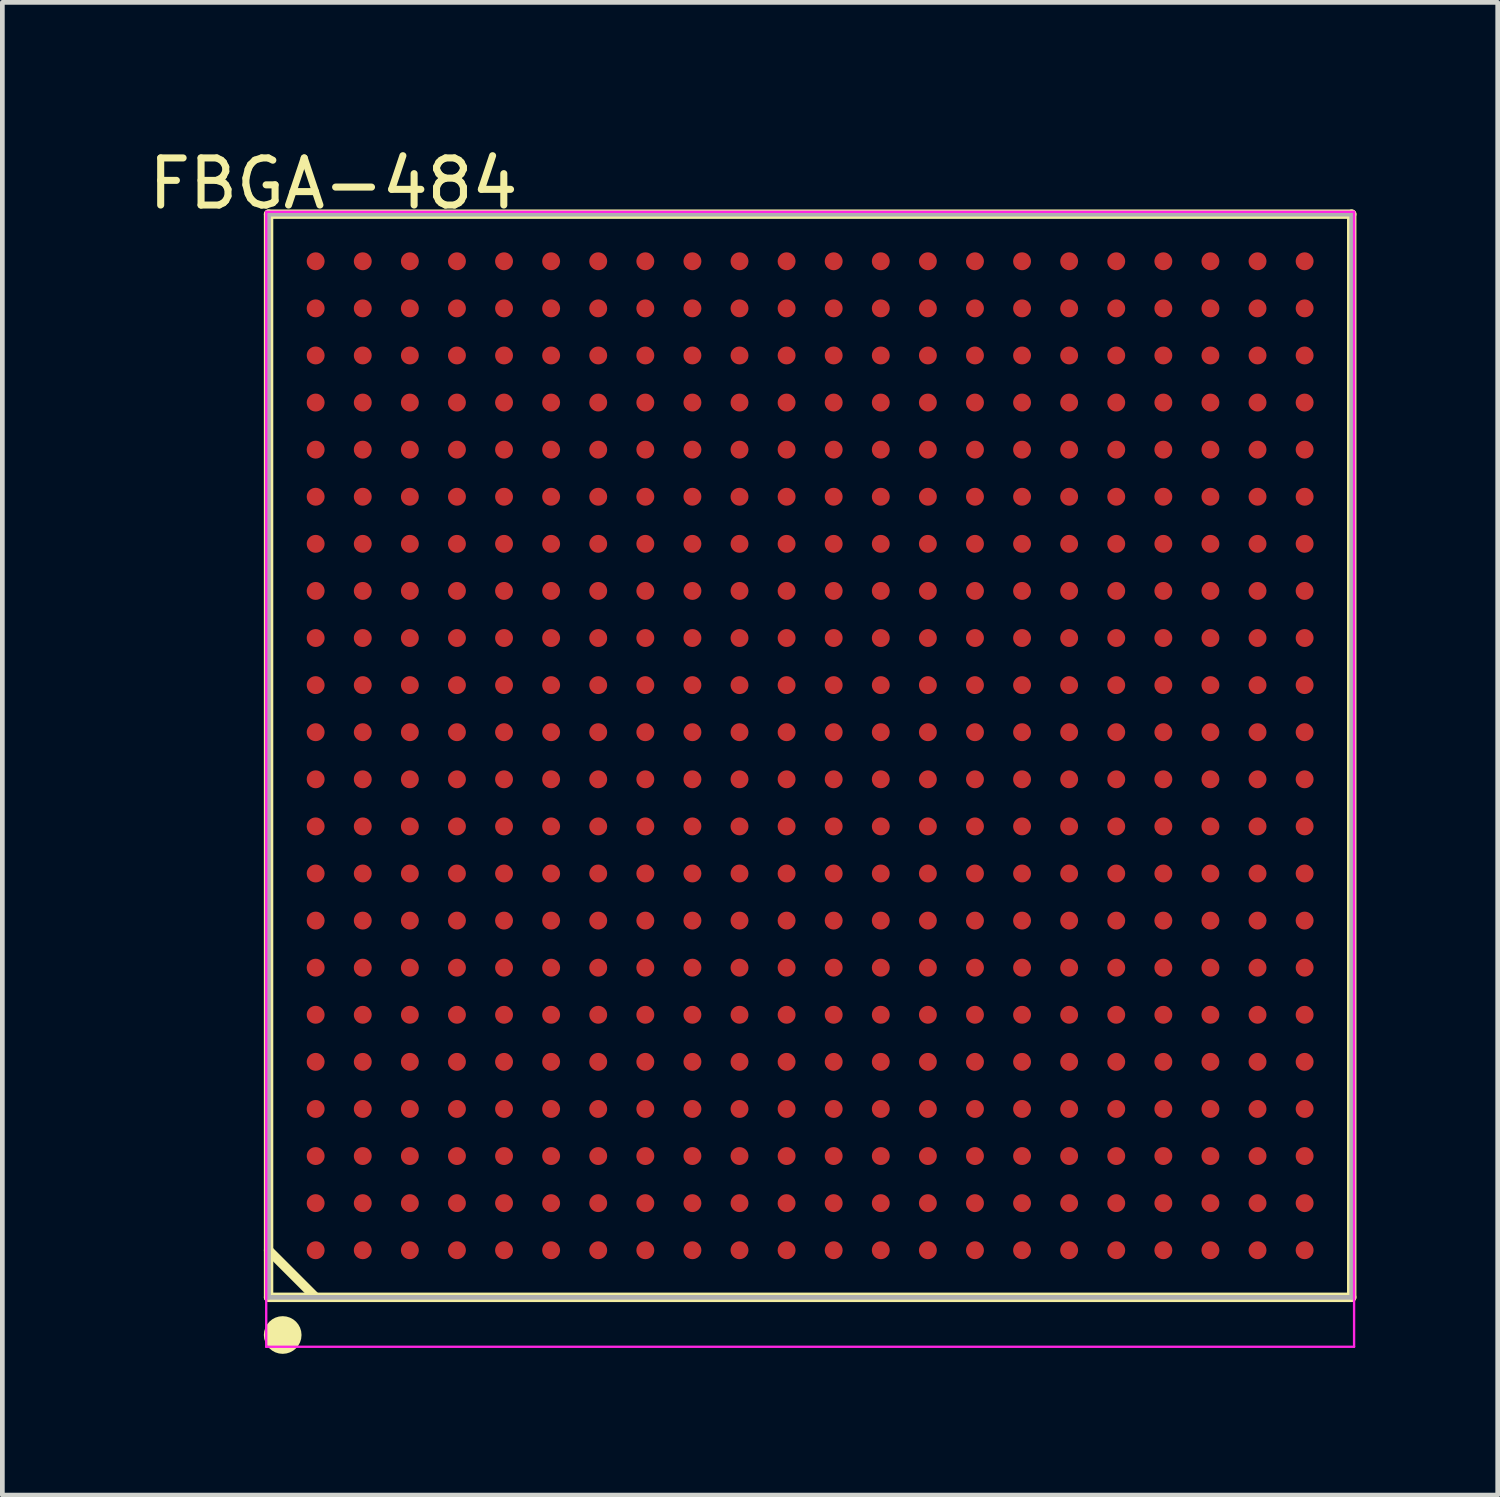
<source format=kicad_pcb>
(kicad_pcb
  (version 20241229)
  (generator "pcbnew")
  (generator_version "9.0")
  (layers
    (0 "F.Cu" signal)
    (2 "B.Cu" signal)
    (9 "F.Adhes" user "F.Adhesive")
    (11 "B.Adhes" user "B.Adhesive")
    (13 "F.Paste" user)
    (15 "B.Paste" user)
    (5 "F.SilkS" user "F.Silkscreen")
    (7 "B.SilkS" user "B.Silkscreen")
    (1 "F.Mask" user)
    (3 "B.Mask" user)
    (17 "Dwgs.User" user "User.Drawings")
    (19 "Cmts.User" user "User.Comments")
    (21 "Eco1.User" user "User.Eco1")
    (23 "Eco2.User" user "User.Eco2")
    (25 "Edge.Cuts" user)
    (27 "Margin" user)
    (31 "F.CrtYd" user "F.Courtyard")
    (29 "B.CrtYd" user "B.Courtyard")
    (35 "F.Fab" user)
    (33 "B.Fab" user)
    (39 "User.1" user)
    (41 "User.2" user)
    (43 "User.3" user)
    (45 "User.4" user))
  (footprint "FBGA-484"
    (layer "F.Cu")
    (at 14.153 12.998)
    (property "Reference" "FBGA-484" (at -10.124 -12.149 0) (layer "F.SilkS") (effects (font (size 1 1) (thickness 0.15))))
    (attr through_hole)
    (fp_line (start -11.5 -11.5) (end 11.5 -11.5) (stroke (width 0.2) (type solid)) (layer "F.SilkS"))
    (fp_line (start -11.5 10.5) (end -10.5 11.5) (stroke (width 0.2) (type solid)) (layer "F.SilkS"))
    (fp_line (start -11.5 11.5) (end -11.5 -11.5) (stroke (width 0.2) (type solid)) (layer "F.SilkS"))
    (fp_line (start -11.5 11.5) (end 11.5 11.5) (stroke (width 0.2) (type solid)) (layer "F.SilkS"))
    (fp_line (start 11.5 11.5) (end 11.5 -11.5) (stroke (width 0.2) (type solid)) (layer "F.SilkS"))
    (fp_circle (center -11.2 12.3) (end -11 12.3) (stroke (width 0.4) (type solid)) (fill no) (layer "F.SilkS"))
    (fp_line (start -11.55 -11.55) (end 11.55 -11.55) (stroke (width 0.05) (type solid)) (layer "F.CrtYd"))
    (fp_line (start -11.55 12.55) (end -11.55 -11.55) (stroke (width 0.05) (type solid)) (layer "F.CrtYd"))
    (fp_line (start 11.55 -11.55) (end 11.55 12.55) (stroke (width 0.05) (type solid)) (layer "F.CrtYd"))
    (fp_line (start 11.55 12.55) (end -11.55 12.55) (stroke (width 0.05) (type solid)) (layer "F.CrtYd"))
    (fp_line (start -11.5 -11.5) (end 11.5 -11.5) (stroke (width 0.1) (type solid)) (layer "F.Fab"))
    (fp_line (start -11.5 11.5) (end -11.5 -11.5) (stroke (width 0.1) (type solid)) (layer "F.Fab"))
    (fp_line (start -11.5 11.5) (end 11.5 11.5) (stroke (width 0.1) (type solid)) (layer "F.Fab"))
    (fp_line (start 11.5 11.5) (end 11.5 -11.5) (stroke (width 0.1) (type solid)) (layer "F.Fab"))
    (pad "A1" smd oval (at -10.5 10.5 90) (size 0.38 0.38) (layers "F.Cu" "F.Mask" "F.Paste"))
    (pad "A2" smd oval (at -10.5 9.5 90) (size 0.38 0.38) (layers "F.Cu" "F.Mask" "F.Paste"))
    (pad "A3" smd oval (at -10.5 8.5 90) (size 0.38 0.38) (layers "F.Cu" "F.Mask" "F.Paste"))
    (pad "A4" smd oval (at -10.5 7.5 90) (size 0.38 0.38) (layers "F.Cu" "F.Mask" "F.Paste"))
    (pad "A5" smd oval (at -10.5 6.5 90) (size 0.38 0.38) (layers "F.Cu" "F.Mask" "F.Paste"))
    (pad "A6" smd oval (at -10.5 5.5 90) (size 0.38 0.38) (layers "F.Cu" "F.Mask" "F.Paste"))
    (pad "A7" smd oval (at -10.5 4.5 90) (size 0.38 0.38) (layers "F.Cu" "F.Mask" "F.Paste"))
    (pad "A8" smd oval (at -10.5 3.5 90) (size 0.38 0.38) (layers "F.Cu" "F.Mask" "F.Paste"))
    (pad "A9" smd oval (at -10.5 2.5 90) (size 0.38 0.38) (layers "F.Cu" "F.Mask" "F.Paste"))
    (pad "A10" smd oval (at -10.5 1.5 90) (size 0.38 0.38) (layers "F.Cu" "F.Mask" "F.Paste"))
    (pad "A11" smd oval (at -10.5 0.5 90) (size 0.38 0.38) (layers "F.Cu" "F.Mask" "F.Paste"))
    (pad "A12" smd oval (at -10.5 -0.5 90) (size 0.38 0.38) (layers "F.Cu" "F.Mask" "F.Paste"))
    (pad "A13" smd oval (at -10.5 -1.5 90) (size 0.38 0.38) (layers "F.Cu" "F.Mask" "F.Paste"))
    (pad "A14" smd oval (at -10.5 -2.5 90) (size 0.38 0.38) (layers "F.Cu" "F.Mask" "F.Paste"))
    (pad "A15" smd oval (at -10.5 -3.5 90) (size 0.38 0.38) (layers "F.Cu" "F.Mask" "F.Paste"))
    (pad "A16" smd oval (at -10.5 -4.5 90) (size 0.38 0.38) (layers "F.Cu" "F.Mask" "F.Paste"))
    (pad "A17" smd oval (at -10.5 -5.5 90) (size 0.38 0.38) (layers "F.Cu" "F.Mask" "F.Paste"))
    (pad "A18" smd oval (at -10.5 -6.5 90) (size 0.38 0.38) (layers "F.Cu" "F.Mask" "F.Paste"))
    (pad "A19" smd oval (at -10.5 -7.5 90) (size 0.38 0.38) (layers "F.Cu" "F.Mask" "F.Paste"))
    (pad "A20" smd oval (at -10.5 -8.5 90) (size 0.38 0.38) (layers "F.Cu" "F.Mask" "F.Paste"))
    (pad "A21" smd oval (at -10.5 -9.5 90) (size 0.38 0.38) (layers "F.Cu" "F.Mask" "F.Paste"))
    (pad "A22" smd oval (at -10.5 -10.5 90) (size 0.38 0.38) (layers "F.Cu" "F.Mask" "F.Paste"))
    (pad "AA1" smd oval (at 9.5 10.5 90) (size 0.38 0.38) (layers "F.Cu" "F.Mask" "F.Paste"))
    (pad "AA2" smd oval (at 9.5 9.5 90) (size 0.38 0.38) (layers "F.Cu" "F.Mask" "F.Paste"))
    (pad "AA3" smd oval (at 9.5 8.5 90) (size 0.38 0.38) (layers "F.Cu" "F.Mask" "F.Paste"))
    (pad "AA4" smd oval (at 9.5 7.5 90) (size 0.38 0.38) (layers "F.Cu" "F.Mask" "F.Paste"))
    (pad "AA5" smd oval (at 9.5 6.5 90) (size 0.38 0.38) (layers "F.Cu" "F.Mask" "F.Paste"))
    (pad "AA6" smd oval (at 9.5 5.5 90) (size 0.38 0.38) (layers "F.Cu" "F.Mask" "F.Paste"))
    (pad "AA7" smd oval (at 9.5 4.5 90) (size 0.38 0.38) (layers "F.Cu" "F.Mask" "F.Paste"))
    (pad "AA8" smd oval (at 9.5 3.5 90) (size 0.38 0.38) (layers "F.Cu" "F.Mask" "F.Paste"))
    (pad "AA9" smd oval (at 9.5 2.5 90) (size 0.38 0.38) (layers "F.Cu" "F.Mask" "F.Paste"))
    (pad "AA10" smd oval (at 9.5 1.5 90) (size 0.38 0.38) (layers "F.Cu" "F.Mask" "F.Paste"))
    (pad "AA11" smd oval (at 9.5 0.5 90) (size 0.38 0.38) (layers "F.Cu" "F.Mask" "F.Paste"))
    (pad "AA12" smd oval (at 9.5 -0.5 90) (size 0.38 0.38) (layers "F.Cu" "F.Mask" "F.Paste"))
    (pad "AA13" smd oval (at 9.5 -1.5 90) (size 0.38 0.38) (layers "F.Cu" "F.Mask" "F.Paste"))
    (pad "AA14" smd oval (at 9.5 -2.5 90) (size 0.38 0.38) (layers "F.Cu" "F.Mask" "F.Paste"))
    (pad "AA15" smd oval (at 9.5 -3.5 90) (size 0.38 0.38) (layers "F.Cu" "F.Mask" "F.Paste"))
    (pad "AA16" smd oval (at 9.5 -4.5 90) (size 0.38 0.38) (layers "F.Cu" "F.Mask" "F.Paste"))
    (pad "AA17" smd oval (at 9.5 -5.5 90) (size 0.38 0.38) (layers "F.Cu" "F.Mask" "F.Paste"))
    (pad "AA18" smd oval (at 9.5 -6.5 90) (size 0.38 0.38) (layers "F.Cu" "F.Mask" "F.Paste"))
    (pad "AA19" smd oval (at 9.5 -7.5 90) (size 0.38 0.38) (layers "F.Cu" "F.Mask" "F.Paste"))
    (pad "AA20" smd oval (at 9.5 -8.5 90) (size 0.38 0.38) (layers "F.Cu" "F.Mask" "F.Paste"))
    (pad "AA21" smd oval (at 9.5 -9.5 90) (size 0.38 0.38) (layers "F.Cu" "F.Mask" "F.Paste"))
    (pad "AA22" smd oval (at 9.5 -10.5 90) (size 0.38 0.38) (layers "F.Cu" "F.Mask" "F.Paste"))
    (pad "AB1" smd oval (at 10.5 10.5 90) (size 0.38 0.38) (layers "F.Cu" "F.Mask" "F.Paste"))
    (pad "AB2" smd oval (at 10.5 9.5 90) (size 0.38 0.38) (layers "F.Cu" "F.Mask" "F.Paste"))
    (pad "AB3" smd oval (at 10.5 8.5 90) (size 0.38 0.38) (layers "F.Cu" "F.Mask" "F.Paste"))
    (pad "AB4" smd oval (at 10.5 7.5 90) (size 0.38 0.38) (layers "F.Cu" "F.Mask" "F.Paste"))
    (pad "AB5" smd oval (at 10.5 6.5 90) (size 0.38 0.38) (layers "F.Cu" "F.Mask" "F.Paste"))
    (pad "AB6" smd oval (at 10.5 5.5 90) (size 0.38 0.38) (layers "F.Cu" "F.Mask" "F.Paste"))
    (pad "AB7" smd oval (at 10.5 4.5 90) (size 0.38 0.38) (layers "F.Cu" "F.Mask" "F.Paste"))
    (pad "AB8" smd oval (at 10.5 3.5 90) (size 0.38 0.38) (layers "F.Cu" "F.Mask" "F.Paste"))
    (pad "AB9" smd oval (at 10.5 2.5 90) (size 0.38 0.38) (layers "F.Cu" "F.Mask" "F.Paste"))
    (pad "AB10" smd oval (at 10.5 1.5 90) (size 0.38 0.38) (layers "F.Cu" "F.Mask" "F.Paste"))
    (pad "AB11" smd oval (at 10.5 0.5 90) (size 0.38 0.38) (layers "F.Cu" "F.Mask" "F.Paste"))
    (pad "AB12" smd oval (at 10.5 -0.5 90) (size 0.38 0.38) (layers "F.Cu" "F.Mask" "F.Paste"))
    (pad "AB13" smd oval (at 10.5 -1.5 90) (size 0.38 0.38) (layers "F.Cu" "F.Mask" "F.Paste"))
    (pad "AB14" smd oval (at 10.5 -2.5 90) (size 0.38 0.38) (layers "F.Cu" "F.Mask" "F.Paste"))
    (pad "AB15" smd oval (at 10.5 -3.5 90) (size 0.38 0.38) (layers "F.Cu" "F.Mask" "F.Paste"))
    (pad "AB16" smd oval (at 10.5 -4.5 90) (size 0.38 0.38) (layers "F.Cu" "F.Mask" "F.Paste"))
    (pad "AB17" smd oval (at 10.5 -5.5 90) (size 0.38 0.38) (layers "F.Cu" "F.Mask" "F.Paste"))
    (pad "AB18" smd oval (at 10.5 -6.5 90) (size 0.38 0.38) (layers "F.Cu" "F.Mask" "F.Paste"))
    (pad "AB19" smd oval (at 10.5 -7.5 90) (size 0.38 0.38) (layers "F.Cu" "F.Mask" "F.Paste"))
    (pad "AB20" smd oval (at 10.5 -8.5 90) (size 0.38 0.38) (layers "F.Cu" "F.Mask" "F.Paste"))
    (pad "AB21" smd oval (at 10.5 -9.5 90) (size 0.38 0.38) (layers "F.Cu" "F.Mask" "F.Paste"))
    (pad "AB22" smd oval (at 10.5 -10.5 90) (size 0.38 0.38) (layers "F.Cu" "F.Mask" "F.Paste"))
    (pad "B1" smd oval (at -9.5 10.5 90) (size 0.38 0.38) (layers "F.Cu" "F.Mask" "F.Paste"))
    (pad "B2" smd oval (at -9.5 9.5 90) (size 0.38 0.38) (layers "F.Cu" "F.Mask" "F.Paste"))
    (pad "B3" smd oval (at -9.5 8.5 90) (size 0.38 0.38) (layers "F.Cu" "F.Mask" "F.Paste"))
    (pad "B4" smd oval (at -9.5 7.5 90) (size 0.38 0.38) (layers "F.Cu" "F.Mask" "F.Paste"))
    (pad "B5" smd oval (at -9.5 6.5 90) (size 0.38 0.38) (layers "F.Cu" "F.Mask" "F.Paste"))
    (pad "B6" smd oval (at -9.5 5.5 90) (size 0.38 0.38) (layers "F.Cu" "F.Mask" "F.Paste"))
    (pad "B7" smd oval (at -9.5 4.5 90) (size 0.38 0.38) (layers "F.Cu" "F.Mask" "F.Paste"))
    (pad "B8" smd oval (at -9.5 3.5 90) (size 0.38 0.38) (layers "F.Cu" "F.Mask" "F.Paste"))
    (pad "B9" smd oval (at -9.5 2.5 90) (size 0.38 0.38) (layers "F.Cu" "F.Mask" "F.Paste"))
    (pad "B10" smd oval (at -9.5 1.5 90) (size 0.38 0.38) (layers "F.Cu" "F.Mask" "F.Paste"))
    (pad "B11" smd oval (at -9.5 0.5 90) (size 0.38 0.38) (layers "F.Cu" "F.Mask" "F.Paste"))
    (pad "B12" smd oval (at -9.5 -0.5 90) (size 0.38 0.38) (layers "F.Cu" "F.Mask" "F.Paste"))
    (pad "B13" smd oval (at -9.5 -1.5 90) (size 0.38 0.38) (layers "F.Cu" "F.Mask" "F.Paste"))
    (pad "B14" smd oval (at -9.5 -2.5 90) (size 0.38 0.38) (layers "F.Cu" "F.Mask" "F.Paste"))
    (pad "B15" smd oval (at -9.5 -3.5 90) (size 0.38 0.38) (layers "F.Cu" "F.Mask" "F.Paste"))
    (pad "B16" smd oval (at -9.5 -4.5 90) (size 0.38 0.38) (layers "F.Cu" "F.Mask" "F.Paste"))
    (pad "B17" smd oval (at -9.5 -5.5 90) (size 0.38 0.38) (layers "F.Cu" "F.Mask" "F.Paste"))
    (pad "B18" smd oval (at -9.5 -6.5 90) (size 0.38 0.38) (layers "F.Cu" "F.Mask" "F.Paste"))
    (pad "B19" smd oval (at -9.5 -7.5 90) (size 0.38 0.38) (layers "F.Cu" "F.Mask" "F.Paste"))
    (pad "B20" smd oval (at -9.5 -8.5 90) (size 0.38 0.38) (layers "F.Cu" "F.Mask" "F.Paste"))
    (pad "B21" smd oval (at -9.5 -9.5 90) (size 0.38 0.38) (layers "F.Cu" "F.Mask" "F.Paste"))
    (pad "B22" smd oval (at -9.5 -10.5 90) (size 0.38 0.38) (layers "F.Cu" "F.Mask" "F.Paste"))
    (pad "C1" smd oval (at -8.5 10.5 90) (size 0.38 0.38) (layers "F.Cu" "F.Mask" "F.Paste"))
    (pad "C2" smd oval (at -8.5 9.5 90) (size 0.38 0.38) (layers "F.Cu" "F.Mask" "F.Paste"))
    (pad "C3" smd oval (at -8.5 8.5 90) (size 0.38 0.38) (layers "F.Cu" "F.Mask" "F.Paste"))
    (pad "C4" smd oval (at -8.5 7.5 90) (size 0.38 0.38) (layers "F.Cu" "F.Mask" "F.Paste"))
    (pad "C5" smd oval (at -8.5 6.5 90) (size 0.38 0.38) (layers "F.Cu" "F.Mask" "F.Paste"))
    (pad "C6" smd oval (at -8.5 5.5 90) (size 0.38 0.38) (layers "F.Cu" "F.Mask" "F.Paste"))
    (pad "C7" smd oval (at -8.5 4.5 90) (size 0.38 0.38) (layers "F.Cu" "F.Mask" "F.Paste"))
    (pad "C8" smd oval (at -8.5 3.5 90) (size 0.38 0.38) (layers "F.Cu" "F.Mask" "F.Paste"))
    (pad "C9" smd oval (at -8.5 2.5 90) (size 0.38 0.38) (layers "F.Cu" "F.Mask" "F.Paste"))
    (pad "C10" smd oval (at -8.5 1.5 90) (size 0.38 0.38) (layers "F.Cu" "F.Mask" "F.Paste"))
    (pad "C11" smd oval (at -8.5 0.5 90) (size 0.38 0.38) (layers "F.Cu" "F.Mask" "F.Paste"))
    (pad "C12" smd oval (at -8.5 -0.5 90) (size 0.38 0.38) (layers "F.Cu" "F.Mask" "F.Paste"))
    (pad "C13" smd oval (at -8.5 -1.5 90) (size 0.38 0.38) (layers "F.Cu" "F.Mask" "F.Paste"))
    (pad "C14" smd oval (at -8.5 -2.5 90) (size 0.38 0.38) (layers "F.Cu" "F.Mask" "F.Paste"))
    (pad "C15" smd oval (at -8.5 -3.5 90) (size 0.38 0.38) (layers "F.Cu" "F.Mask" "F.Paste"))
    (pad "C16" smd oval (at -8.5 -4.5 90) (size 0.38 0.38) (layers "F.Cu" "F.Mask" "F.Paste"))
    (pad "C17" smd oval (at -8.5 -5.5 90) (size 0.38 0.38) (layers "F.Cu" "F.Mask" "F.Paste"))
    (pad "C18" smd oval (at -8.5 -6.5 90) (size 0.38 0.38) (layers "F.Cu" "F.Mask" "F.Paste"))
    (pad "C19" smd oval (at -8.5 -7.5 90) (size 0.38 0.38) (layers "F.Cu" "F.Mask" "F.Paste"))
    (pad "C20" smd oval (at -8.5 -8.5 90) (size 0.38 0.38) (layers "F.Cu" "F.Mask" "F.Paste"))
    (pad "C21" smd oval (at -8.5 -9.5 90) (size 0.38 0.38) (layers "F.Cu" "F.Mask" "F.Paste"))
    (pad "C22" smd oval (at -8.5 -10.5 90) (size 0.38 0.38) (layers "F.Cu" "F.Mask" "F.Paste"))
    (pad "D1" smd oval (at -7.5 10.5 90) (size 0.38 0.38) (layers "F.Cu" "F.Mask" "F.Paste"))
    (pad "D2" smd oval (at -7.5 9.5 90) (size 0.38 0.38) (layers "F.Cu" "F.Mask" "F.Paste"))
    (pad "D3" smd oval (at -7.5 8.5 90) (size 0.38 0.38) (layers "F.Cu" "F.Mask" "F.Paste"))
    (pad "D4" smd oval (at -7.5 7.5 90) (size 0.38 0.38) (layers "F.Cu" "F.Mask" "F.Paste"))
    (pad "D5" smd oval (at -7.5 6.5 90) (size 0.38 0.38) (layers "F.Cu" "F.Mask" "F.Paste"))
    (pad "D6" smd oval (at -7.5 5.5 90) (size 0.38 0.38) (layers "F.Cu" "F.Mask" "F.Paste"))
    (pad "D7" smd oval (at -7.5 4.5 90) (size 0.38 0.38) (layers "F.Cu" "F.Mask" "F.Paste"))
    (pad "D8" smd oval (at -7.5 3.5 90) (size 0.38 0.38) (layers "F.Cu" "F.Mask" "F.Paste"))
    (pad "D9" smd oval (at -7.5 2.5 90) (size 0.38 0.38) (layers "F.Cu" "F.Mask" "F.Paste"))
    (pad "D10" smd oval (at -7.5 1.5 90) (size 0.38 0.38) (layers "F.Cu" "F.Mask" "F.Paste"))
    (pad "D11" smd oval (at -7.5 0.5 90) (size 0.38 0.38) (layers "F.Cu" "F.Mask" "F.Paste"))
    (pad "D12" smd oval (at -7.5 -0.5 90) (size 0.38 0.38) (layers "F.Cu" "F.Mask" "F.Paste"))
    (pad "D13" smd oval (at -7.5 -1.5 90) (size 0.38 0.38) (layers "F.Cu" "F.Mask" "F.Paste"))
    (pad "D14" smd oval (at -7.5 -2.5 90) (size 0.38 0.38) (layers "F.Cu" "F.Mask" "F.Paste"))
    (pad "D15" smd oval (at -7.5 -3.5 90) (size 0.38 0.38) (layers "F.Cu" "F.Mask" "F.Paste"))
    (pad "D16" smd oval (at -7.5 -4.5 90) (size 0.38 0.38) (layers "F.Cu" "F.Mask" "F.Paste"))
    (pad "D17" smd oval (at -7.5 -5.5 90) (size 0.38 0.38) (layers "F.Cu" "F.Mask" "F.Paste"))
    (pad "D18" smd oval (at -7.5 -6.5 90) (size 0.38 0.38) (layers "F.Cu" "F.Mask" "F.Paste"))
    (pad "D19" smd oval (at -7.5 -7.5 90) (size 0.38 0.38) (layers "F.Cu" "F.Mask" "F.Paste"))
    (pad "D20" smd oval (at -7.5 -8.5 90) (size 0.38 0.38) (layers "F.Cu" "F.Mask" "F.Paste"))
    (pad "D21" smd oval (at -7.5 -9.5 90) (size 0.38 0.38) (layers "F.Cu" "F.Mask" "F.Paste"))
    (pad "D22" smd oval (at -7.5 -10.5 90) (size 0.38 0.38) (layers "F.Cu" "F.Mask" "F.Paste"))
    (pad "E1" smd oval (at -6.5 10.5 90) (size 0.38 0.38) (layers "F.Cu" "F.Mask" "F.Paste"))
    (pad "E2" smd oval (at -6.5 9.5 90) (size 0.38 0.38) (layers "F.Cu" "F.Mask" "F.Paste"))
    (pad "E3" smd oval (at -6.5 8.5 90) (size 0.38 0.38) (layers "F.Cu" "F.Mask" "F.Paste"))
    (pad "E4" smd oval (at -6.5 7.5 90) (size 0.38 0.38) (layers "F.Cu" "F.Mask" "F.Paste"))
    (pad "E5" smd oval (at -6.5 6.5 90) (size 0.38 0.38) (layers "F.Cu" "F.Mask" "F.Paste"))
    (pad "E6" smd oval (at -6.5 5.5 90) (size 0.38 0.38) (layers "F.Cu" "F.Mask" "F.Paste"))
    (pad "E7" smd oval (at -6.5 4.5 90) (size 0.38 0.38) (layers "F.Cu" "F.Mask" "F.Paste"))
    (pad "E8" smd oval (at -6.5 3.5 90) (size 0.38 0.38) (layers "F.Cu" "F.Mask" "F.Paste"))
    (pad "E9" smd oval (at -6.5 2.5 90) (size 0.38 0.38) (layers "F.Cu" "F.Mask" "F.Paste"))
    (pad "E10" smd oval (at -6.5 1.5 90) (size 0.38 0.38) (layers "F.Cu" "F.Mask" "F.Paste"))
    (pad "E11" smd oval (at -6.5 0.5 90) (size 0.38 0.38) (layers "F.Cu" "F.Mask" "F.Paste"))
    (pad "E12" smd oval (at -6.5 -0.5 90) (size 0.38 0.38) (layers "F.Cu" "F.Mask" "F.Paste"))
    (pad "E13" smd oval (at -6.5 -1.5 90) (size 0.38 0.38) (layers "F.Cu" "F.Mask" "F.Paste"))
    (pad "E14" smd oval (at -6.5 -2.5 90) (size 0.38 0.38) (layers "F.Cu" "F.Mask" "F.Paste"))
    (pad "E15" smd oval (at -6.5 -3.5 90) (size 0.38 0.38) (layers "F.Cu" "F.Mask" "F.Paste"))
    (pad "E16" smd oval (at -6.5 -4.5 90) (size 0.38 0.38) (layers "F.Cu" "F.Mask" "F.Paste"))
    (pad "E17" smd oval (at -6.5 -5.5 90) (size 0.38 0.38) (layers "F.Cu" "F.Mask" "F.Paste"))
    (pad "E18" smd oval (at -6.5 -6.5 90) (size 0.38 0.38) (layers "F.Cu" "F.Mask" "F.Paste"))
    (pad "E19" smd oval (at -6.5 -7.5 90) (size 0.38 0.38) (layers "F.Cu" "F.Mask" "F.Paste"))
    (pad "E20" smd oval (at -6.5 -8.5 90) (size 0.38 0.38) (layers "F.Cu" "F.Mask" "F.Paste"))
    (pad "E21" smd oval (at -6.5 -9.5 90) (size 0.38 0.38) (layers "F.Cu" "F.Mask" "F.Paste"))
    (pad "E22" smd oval (at -6.5 -10.5 90) (size 0.38 0.38) (layers "F.Cu" "F.Mask" "F.Paste"))
    (pad "F1" smd oval (at -5.5 10.5 90) (size 0.38 0.38) (layers "F.Cu" "F.Mask" "F.Paste"))
    (pad "F2" smd oval (at -5.5 9.5 90) (size 0.38 0.38) (layers "F.Cu" "F.Mask" "F.Paste"))
    (pad "F3" smd oval (at -5.5 8.5 90) (size 0.38 0.38) (layers "F.Cu" "F.Mask" "F.Paste"))
    (pad "F4" smd oval (at -5.5 7.5 90) (size 0.38 0.38) (layers "F.Cu" "F.Mask" "F.Paste"))
    (pad "F5" smd oval (at -5.5 6.5 90) (size 0.38 0.38) (layers "F.Cu" "F.Mask" "F.Paste"))
    (pad "F6" smd oval (at -5.5 5.5 90) (size 0.38 0.38) (layers "F.Cu" "F.Mask" "F.Paste"))
    (pad "F7" smd oval (at -5.5 4.5 90) (size 0.38 0.38) (layers "F.Cu" "F.Mask" "F.Paste"))
    (pad "F8" smd oval (at -5.5 3.5 90) (size 0.38 0.38) (layers "F.Cu" "F.Mask" "F.Paste"))
    (pad "F9" smd oval (at -5.5 2.5 90) (size 0.38 0.38) (layers "F.Cu" "F.Mask" "F.Paste"))
    (pad "F10" smd oval (at -5.5 1.5 90) (size 0.38 0.38) (layers "F.Cu" "F.Mask" "F.Paste"))
    (pad "F11" smd oval (at -5.5 0.5 90) (size 0.38 0.38) (layers "F.Cu" "F.Mask" "F.Paste"))
    (pad "F12" smd oval (at -5.5 -0.5 90) (size 0.38 0.38) (layers "F.Cu" "F.Mask" "F.Paste"))
    (pad "F13" smd oval (at -5.5 -1.5 90) (size 0.38 0.38) (layers "F.Cu" "F.Mask" "F.Paste"))
    (pad "F14" smd oval (at -5.5 -2.5 90) (size 0.38 0.38) (layers "F.Cu" "F.Mask" "F.Paste"))
    (pad "F15" smd oval (at -5.5 -3.5 90) (size 0.38 0.38) (layers "F.Cu" "F.Mask" "F.Paste"))
    (pad "F16" smd oval (at -5.5 -4.5 90) (size 0.38 0.38) (layers "F.Cu" "F.Mask" "F.Paste"))
    (pad "F17" smd oval (at -5.5 -5.5 90) (size 0.38 0.38) (layers "F.Cu" "F.Mask" "F.Paste"))
    (pad "F18" smd oval (at -5.5 -6.5 90) (size 0.38 0.38) (layers "F.Cu" "F.Mask" "F.Paste"))
    (pad "F19" smd oval (at -5.5 -7.5 90) (size 0.38 0.38) (layers "F.Cu" "F.Mask" "F.Paste"))
    (pad "F20" smd oval (at -5.5 -8.5 90) (size 0.38 0.38) (layers "F.Cu" "F.Mask" "F.Paste"))
    (pad "F21" smd oval (at -5.5 -9.5 90) (size 0.38 0.38) (layers "F.Cu" "F.Mask" "F.Paste"))
    (pad "F22" smd oval (at -5.5 -10.5 90) (size 0.38 0.38) (layers "F.Cu" "F.Mask" "F.Paste"))
    (pad "G1" smd oval (at -4.5 10.5 90) (size 0.38 0.38) (layers "F.Cu" "F.Mask" "F.Paste"))
    (pad "G2" smd oval (at -4.5 9.5 90) (size 0.38 0.38) (layers "F.Cu" "F.Mask" "F.Paste"))
    (pad "G3" smd oval (at -4.5 8.5 90) (size 0.38 0.38) (layers "F.Cu" "F.Mask" "F.Paste"))
    (pad "G4" smd oval (at -4.5 7.5 90) (size 0.38 0.38) (layers "F.Cu" "F.Mask" "F.Paste"))
    (pad "G5" smd oval (at -4.5 6.5 90) (size 0.38 0.38) (layers "F.Cu" "F.Mask" "F.Paste"))
    (pad "G6" smd oval (at -4.5 5.5 90) (size 0.38 0.38) (layers "F.Cu" "F.Mask" "F.Paste"))
    (pad "G7" smd oval (at -4.5 4.5 90) (size 0.38 0.38) (layers "F.Cu" "F.Mask" "F.Paste"))
    (pad "G8" smd oval (at -4.5 3.5 90) (size 0.38 0.38) (layers "F.Cu" "F.Mask" "F.Paste"))
    (pad "G9" smd oval (at -4.5 2.5 90) (size 0.38 0.38) (layers "F.Cu" "F.Mask" "F.Paste"))
    (pad "G10" smd oval (at -4.5 1.5 90) (size 0.38 0.38) (layers "F.Cu" "F.Mask" "F.Paste"))
    (pad "G11" smd oval (at -4.5 0.5 90) (size 0.38 0.38) (layers "F.Cu" "F.Mask" "F.Paste"))
    (pad "G12" smd oval (at -4.5 -0.5 90) (size 0.38 0.38) (layers "F.Cu" "F.Mask" "F.Paste"))
    (pad "G13" smd oval (at -4.5 -1.5 90) (size 0.38 0.38) (layers "F.Cu" "F.Mask" "F.Paste"))
    (pad "G14" smd oval (at -4.5 -2.5 90) (size 0.38 0.38) (layers "F.Cu" "F.Mask" "F.Paste"))
    (pad "G15" smd oval (at -4.5 -3.5 90) (size 0.38 0.38) (layers "F.Cu" "F.Mask" "F.Paste"))
    (pad "G16" smd oval (at -4.5 -4.5 90) (size 0.38 0.38) (layers "F.Cu" "F.Mask" "F.Paste"))
    (pad "G17" smd oval (at -4.5 -5.5 90) (size 0.38 0.38) (layers "F.Cu" "F.Mask" "F.Paste"))
    (pad "G18" smd oval (at -4.5 -6.5 90) (size 0.38 0.38) (layers "F.Cu" "F.Mask" "F.Paste"))
    (pad "G19" smd oval (at -4.5 -7.5 90) (size 0.38 0.38) (layers "F.Cu" "F.Mask" "F.Paste"))
    (pad "G20" smd oval (at -4.5 -8.5 90) (size 0.38 0.38) (layers "F.Cu" "F.Mask" "F.Paste"))
    (pad "G21" smd oval (at -4.5 -9.5 90) (size 0.38 0.38) (layers "F.Cu" "F.Mask" "F.Paste"))
    (pad "G22" smd oval (at -4.5 -10.5 90) (size 0.38 0.38) (layers "F.Cu" "F.Mask" "F.Paste"))
    (pad "H1" smd oval (at -3.5 10.5 90) (size 0.38 0.38) (layers "F.Cu" "F.Mask" "F.Paste"))
    (pad "H2" smd oval (at -3.5 9.5 90) (size 0.38 0.38) (layers "F.Cu" "F.Mask" "F.Paste"))
    (pad "H3" smd oval (at -3.5 8.5 90) (size 0.38 0.38) (layers "F.Cu" "F.Mask" "F.Paste"))
    (pad "H4" smd oval (at -3.5 7.5 90) (size 0.38 0.38) (layers "F.Cu" "F.Mask" "F.Paste"))
    (pad "H5" smd oval (at -3.5 6.5 90) (size 0.38 0.38) (layers "F.Cu" "F.Mask" "F.Paste"))
    (pad "H6" smd oval (at -3.5 5.5 90) (size 0.38 0.38) (layers "F.Cu" "F.Mask" "F.Paste"))
    (pad "H7" smd oval (at -3.5 4.5 90) (size 0.38 0.38) (layers "F.Cu" "F.Mask" "F.Paste"))
    (pad "H8" smd oval (at -3.5 3.5 90) (size 0.38 0.38) (layers "F.Cu" "F.Mask" "F.Paste"))
    (pad "H9" smd oval (at -3.5 2.5 90) (size 0.38 0.38) (layers "F.Cu" "F.Mask" "F.Paste"))
    (pad "H10" smd oval (at -3.5 1.5 90) (size 0.38 0.38) (layers "F.Cu" "F.Mask" "F.Paste"))
    (pad "H11" smd oval (at -3.5 0.5 90) (size 0.38 0.38) (layers "F.Cu" "F.Mask" "F.Paste"))
    (pad "H12" smd oval (at -3.5 -0.5 90) (size 0.38 0.38) (layers "F.Cu" "F.Mask" "F.Paste"))
    (pad "H13" smd oval (at -3.5 -1.5 90) (size 0.38 0.38) (layers "F.Cu" "F.Mask" "F.Paste"))
    (pad "H14" smd oval (at -3.5 -2.5 90) (size 0.38 0.38) (layers "F.Cu" "F.Mask" "F.Paste"))
    (pad "H15" smd oval (at -3.5 -3.5 90) (size 0.38 0.38) (layers "F.Cu" "F.Mask" "F.Paste"))
    (pad "H16" smd oval (at -3.5 -4.5 90) (size 0.38 0.38) (layers "F.Cu" "F.Mask" "F.Paste"))
    (pad "H17" smd oval (at -3.5 -5.5 90) (size 0.38 0.38) (layers "F.Cu" "F.Mask" "F.Paste"))
    (pad "H18" smd oval (at -3.5 -6.5 90) (size 0.38 0.38) (layers "F.Cu" "F.Mask" "F.Paste"))
    (pad "H19" smd oval (at -3.5 -7.5 90) (size 0.38 0.38) (layers "F.Cu" "F.Mask" "F.Paste"))
    (pad "H20" smd oval (at -3.5 -8.5 90) (size 0.38 0.38) (layers "F.Cu" "F.Mask" "F.Paste"))
    (pad "H21" smd oval (at -3.5 -9.5 90) (size 0.38 0.38) (layers "F.Cu" "F.Mask" "F.Paste"))
    (pad "H22" smd oval (at -3.5 -10.5 90) (size 0.38 0.38) (layers "F.Cu" "F.Mask" "F.Paste"))
    (pad "J1" smd oval (at -2.5 10.5 90) (size 0.38 0.38) (layers "F.Cu" "F.Mask" "F.Paste"))
    (pad "J2" smd oval (at -2.5 9.5 90) (size 0.38 0.38) (layers "F.Cu" "F.Mask" "F.Paste"))
    (pad "J3" smd oval (at -2.5 8.5 90) (size 0.38 0.38) (layers "F.Cu" "F.Mask" "F.Paste"))
    (pad "J4" smd oval (at -2.5 7.5 90) (size 0.38 0.38) (layers "F.Cu" "F.Mask" "F.Paste"))
    (pad "J5" smd oval (at -2.5 6.5 90) (size 0.38 0.38) (layers "F.Cu" "F.Mask" "F.Paste"))
    (pad "J6" smd oval (at -2.5 5.5 90) (size 0.38 0.38) (layers "F.Cu" "F.Mask" "F.Paste"))
    (pad "J7" smd oval (at -2.5 4.5 90) (size 0.38 0.38) (layers "F.Cu" "F.Mask" "F.Paste"))
    (pad "J8" smd oval (at -2.5 3.5 90) (size 0.38 0.38) (layers "F.Cu" "F.Mask" "F.Paste"))
    (pad "J9" smd oval (at -2.5 2.5 90) (size 0.38 0.38) (layers "F.Cu" "F.Mask" "F.Paste"))
    (pad "J10" smd oval (at -2.5 1.5 90) (size 0.38 0.38) (layers "F.Cu" "F.Mask" "F.Paste"))
    (pad "J11" smd oval (at -2.5 0.5 90) (size 0.38 0.38) (layers "F.Cu" "F.Mask" "F.Paste"))
    (pad "J12" smd oval (at -2.5 -0.5 90) (size 0.38 0.38) (layers "F.Cu" "F.Mask" "F.Paste"))
    (pad "J13" smd oval (at -2.5 -1.5 90) (size 0.38 0.38) (layers "F.Cu" "F.Mask" "F.Paste"))
    (pad "J14" smd oval (at -2.5 -2.5 90) (size 0.38 0.38) (layers "F.Cu" "F.Mask" "F.Paste"))
    (pad "J15" smd oval (at -2.5 -3.5 90) (size 0.38 0.38) (layers "F.Cu" "F.Mask" "F.Paste"))
    (pad "J16" smd oval (at -2.5 -4.5 90) (size 0.38 0.38) (layers "F.Cu" "F.Mask" "F.Paste"))
    (pad "J17" smd oval (at -2.5 -5.5 90) (size 0.38 0.38) (layers "F.Cu" "F.Mask" "F.Paste"))
    (pad "J18" smd oval (at -2.5 -6.5 90) (size 0.38 0.38) (layers "F.Cu" "F.Mask" "F.Paste"))
    (pad "J19" smd oval (at -2.5 -7.5 90) (size 0.38 0.38) (layers "F.Cu" "F.Mask" "F.Paste"))
    (pad "J20" smd oval (at -2.5 -8.5 90) (size 0.38 0.38) (layers "F.Cu" "F.Mask" "F.Paste"))
    (pad "J21" smd oval (at -2.5 -9.5 90) (size 0.38 0.38) (layers "F.Cu" "F.Mask" "F.Paste"))
    (pad "J22" smd oval (at -2.5 -10.5 90) (size 0.38 0.38) (layers "F.Cu" "F.Mask" "F.Paste"))
    (pad "K1" smd oval (at -1.5 10.5 90) (size 0.38 0.38) (layers "F.Cu" "F.Mask" "F.Paste"))
    (pad "K2" smd oval (at -1.5 9.5 90) (size 0.38 0.38) (layers "F.Cu" "F.Mask" "F.Paste"))
    (pad "K3" smd oval (at -1.5 8.5 90) (size 0.38 0.38) (layers "F.Cu" "F.Mask" "F.Paste"))
    (pad "K4" smd oval (at -1.5 7.5 90) (size 0.38 0.38) (layers "F.Cu" "F.Mask" "F.Paste"))
    (pad "K5" smd oval (at -1.5 6.5 90) (size 0.38 0.38) (layers "F.Cu" "F.Mask" "F.Paste"))
    (pad "K6" smd oval (at -1.5 5.5 90) (size 0.38 0.38) (layers "F.Cu" "F.Mask" "F.Paste"))
    (pad "K7" smd oval (at -1.5 4.5 90) (size 0.38 0.38) (layers "F.Cu" "F.Mask" "F.Paste"))
    (pad "K8" smd oval (at -1.5 3.5 90) (size 0.38 0.38) (layers "F.Cu" "F.Mask" "F.Paste"))
    (pad "K9" smd oval (at -1.5 2.5 90) (size 0.38 0.38) (layers "F.Cu" "F.Mask" "F.Paste"))
    (pad "K10" smd oval (at -1.5 1.5 90) (size 0.38 0.38) (layers "F.Cu" "F.Mask" "F.Paste"))
    (pad "K11" smd oval (at -1.5 0.5 90) (size 0.38 0.38) (layers "F.Cu" "F.Mask" "F.Paste"))
    (pad "K12" smd oval (at -1.5 -0.5 90) (size 0.38 0.38) (layers "F.Cu" "F.Mask" "F.Paste"))
    (pad "K13" smd oval (at -1.5 -1.5 90) (size 0.38 0.38) (layers "F.Cu" "F.Mask" "F.Paste"))
    (pad "K14" smd oval (at -1.5 -2.5 90) (size 0.38 0.38) (layers "F.Cu" "F.Mask" "F.Paste"))
    (pad "K15" smd oval (at -1.5 -3.5 90) (size 0.38 0.38) (layers "F.Cu" "F.Mask" "F.Paste"))
    (pad "K16" smd oval (at -1.5 -4.5 90) (size 0.38 0.38) (layers "F.Cu" "F.Mask" "F.Paste"))
    (pad "K17" smd oval (at -1.5 -5.5 90) (size 0.38 0.38) (layers "F.Cu" "F.Mask" "F.Paste"))
    (pad "K18" smd oval (at -1.5 -6.5 90) (size 0.38 0.38) (layers "F.Cu" "F.Mask" "F.Paste"))
    (pad "K19" smd oval (at -1.5 -7.5 90) (size 0.38 0.38) (layers "F.Cu" "F.Mask" "F.Paste"))
    (pad "K20" smd oval (at -1.5 -8.5 90) (size 0.38 0.38) (layers "F.Cu" "F.Mask" "F.Paste"))
    (pad "K21" smd oval (at -1.5 -9.5 90) (size 0.38 0.38) (layers "F.Cu" "F.Mask" "F.Paste"))
    (pad "K22" smd oval (at -1.5 -10.5 90) (size 0.38 0.38) (layers "F.Cu" "F.Mask" "F.Paste"))
    (pad "L1" smd oval (at -0.5 10.5 90) (size 0.38 0.38) (layers "F.Cu" "F.Mask" "F.Paste"))
    (pad "L2" smd oval (at -0.5 9.5 90) (size 0.38 0.38) (layers "F.Cu" "F.Mask" "F.Paste"))
    (pad "L3" smd oval (at -0.5 8.5 90) (size 0.38 0.38) (layers "F.Cu" "F.Mask" "F.Paste"))
    (pad "L4" smd oval (at -0.5 7.5 90) (size 0.38 0.38) (layers "F.Cu" "F.Mask" "F.Paste"))
    (pad "L5" smd oval (at -0.5 6.5 90) (size 0.38 0.38) (layers "F.Cu" "F.Mask" "F.Paste"))
    (pad "L6" smd oval (at -0.5 5.5 90) (size 0.38 0.38) (layers "F.Cu" "F.Mask" "F.Paste"))
    (pad "L7" smd oval (at -0.5 4.5 90) (size 0.38 0.38) (layers "F.Cu" "F.Mask" "F.Paste"))
    (pad "L8" smd oval (at -0.5 3.5 90) (size 0.38 0.38) (layers "F.Cu" "F.Mask" "F.Paste"))
    (pad "L9" smd oval (at -0.5 2.5 90) (size 0.38 0.38) (layers "F.Cu" "F.Mask" "F.Paste"))
    (pad "L10" smd oval (at -0.5 1.5 90) (size 0.38 0.38) (layers "F.Cu" "F.Mask" "F.Paste"))
    (pad "L11" smd oval (at -0.5 0.5 90) (size 0.38 0.38) (layers "F.Cu" "F.Mask" "F.Paste"))
    (pad "L12" smd oval (at -0.5 -0.5 90) (size 0.38 0.38) (layers "F.Cu" "F.Mask" "F.Paste"))
    (pad "L13" smd oval (at -0.5 -1.5 90) (size 0.38 0.38) (layers "F.Cu" "F.Mask" "F.Paste"))
    (pad "L14" smd oval (at -0.5 -2.5 90) (size 0.38 0.38) (layers "F.Cu" "F.Mask" "F.Paste"))
    (pad "L15" smd oval (at -0.5 -3.5 90) (size 0.38 0.38) (layers "F.Cu" "F.Mask" "F.Paste"))
    (pad "L16" smd oval (at -0.5 -4.5 90) (size 0.38 0.38) (layers "F.Cu" "F.Mask" "F.Paste"))
    (pad "L17" smd oval (at -0.5 -5.5 90) (size 0.38 0.38) (layers "F.Cu" "F.Mask" "F.Paste"))
    (pad "L18" smd oval (at -0.5 -6.5 90) (size 0.38 0.38) (layers "F.Cu" "F.Mask" "F.Paste"))
    (pad "L19" smd oval (at -0.5 -7.5 90) (size 0.38 0.38) (layers "F.Cu" "F.Mask" "F.Paste"))
    (pad "L20" smd oval (at -0.5 -8.5 90) (size 0.38 0.38) (layers "F.Cu" "F.Mask" "F.Paste"))
    (pad "L21" smd oval (at -0.5 -9.5 90) (size 0.38 0.38) (layers "F.Cu" "F.Mask" "F.Paste"))
    (pad "L22" smd oval (at -0.5 -10.5 90) (size 0.38 0.38) (layers "F.Cu" "F.Mask" "F.Paste"))
    (pad "M1" smd oval (at 0.5 10.5 90) (size 0.38 0.38) (layers "F.Cu" "F.Mask" "F.Paste"))
    (pad "M2" smd oval (at 0.5 9.5 90) (size 0.38 0.38) (layers "F.Cu" "F.Mask" "F.Paste"))
    (pad "M3" smd oval (at 0.5 8.5 90) (size 0.38 0.38) (layers "F.Cu" "F.Mask" "F.Paste"))
    (pad "M4" smd oval (at 0.5 7.5 90) (size 0.38 0.38) (layers "F.Cu" "F.Mask" "F.Paste"))
    (pad "M5" smd oval (at 0.5 6.5 90) (size 0.38 0.38) (layers "F.Cu" "F.Mask" "F.Paste"))
    (pad "M6" smd oval (at 0.5 5.5 90) (size 0.38 0.38) (layers "F.Cu" "F.Mask" "F.Paste"))
    (pad "M7" smd oval (at 0.5 4.5 90) (size 0.38 0.38) (layers "F.Cu" "F.Mask" "F.Paste"))
    (pad "M8" smd oval (at 0.5 3.5 90) (size 0.38 0.38) (layers "F.Cu" "F.Mask" "F.Paste"))
    (pad "M9" smd oval (at 0.5 2.5 90) (size 0.38 0.38) (layers "F.Cu" "F.Mask" "F.Paste"))
    (pad "M10" smd oval (at 0.5 1.5 90) (size 0.38 0.38) (layers "F.Cu" "F.Mask" "F.Paste"))
    (pad "M11" smd oval (at 0.5 0.5 90) (size 0.38 0.38) (layers "F.Cu" "F.Mask" "F.Paste"))
    (pad "M12" smd oval (at 0.5 -0.5 90) (size 0.38 0.38) (layers "F.Cu" "F.Mask" "F.Paste"))
    (pad "M13" smd oval (at 0.5 -1.5 90) (size 0.38 0.38) (layers "F.Cu" "F.Mask" "F.Paste"))
    (pad "M14" smd oval (at 0.5 -2.5 90) (size 0.38 0.38) (layers "F.Cu" "F.Mask" "F.Paste"))
    (pad "M15" smd oval (at 0.5 -3.5 90) (size 0.38 0.38) (layers "F.Cu" "F.Mask" "F.Paste"))
    (pad "M16" smd oval (at 0.5 -4.5 90) (size 0.38 0.38) (layers "F.Cu" "F.Mask" "F.Paste"))
    (pad "M17" smd oval (at 0.5 -5.5 90) (size 0.38 0.38) (layers "F.Cu" "F.Mask" "F.Paste"))
    (pad "M18" smd oval (at 0.5 -6.5 90) (size 0.38 0.38) (layers "F.Cu" "F.Mask" "F.Paste"))
    (pad "M19" smd oval (at 0.5 -7.5 90) (size 0.38 0.38) (layers "F.Cu" "F.Mask" "F.Paste"))
    (pad "M20" smd oval (at 0.5 -8.5 90) (size 0.38 0.38) (layers "F.Cu" "F.Mask" "F.Paste"))
    (pad "M21" smd oval (at 0.5 -9.5 90) (size 0.38 0.38) (layers "F.Cu" "F.Mask" "F.Paste"))
    (pad "M22" smd oval (at 0.5 -10.5 90) (size 0.38 0.38) (layers "F.Cu" "F.Mask" "F.Paste"))
    (pad "N1" smd oval (at 1.5 10.5 90) (size 0.38 0.38) (layers "F.Cu" "F.Mask" "F.Paste"))
    (pad "N2" smd oval (at 1.5 9.5 90) (size 0.38 0.38) (layers "F.Cu" "F.Mask" "F.Paste"))
    (pad "N3" smd oval (at 1.5 8.5 90) (size 0.38 0.38) (layers "F.Cu" "F.Mask" "F.Paste"))
    (pad "N4" smd oval (at 1.5 7.5 90) (size 0.38 0.38) (layers "F.Cu" "F.Mask" "F.Paste"))
    (pad "N5" smd oval (at 1.5 6.5 90) (size 0.38 0.38) (layers "F.Cu" "F.Mask" "F.Paste"))
    (pad "N6" smd oval (at 1.5 5.5 90) (size 0.38 0.38) (layers "F.Cu" "F.Mask" "F.Paste"))
    (pad "N7" smd oval (at 1.5 4.5 90) (size 0.38 0.38) (layers "F.Cu" "F.Mask" "F.Paste"))
    (pad "N8" smd oval (at 1.5 3.5 90) (size 0.38 0.38) (layers "F.Cu" "F.Mask" "F.Paste"))
    (pad "N9" smd oval (at 1.5 2.5 90) (size 0.38 0.38) (layers "F.Cu" "F.Mask" "F.Paste"))
    (pad "N10" smd oval (at 1.5 1.5 90) (size 0.38 0.38) (layers "F.Cu" "F.Mask" "F.Paste"))
    (pad "N11" smd oval (at 1.5 0.5 90) (size 0.38 0.38) (layers "F.Cu" "F.Mask" "F.Paste"))
    (pad "N12" smd oval (at 1.5 -0.5 90) (size 0.38 0.38) (layers "F.Cu" "F.Mask" "F.Paste"))
    (pad "N13" smd oval (at 1.5 -1.5 90) (size 0.38 0.38) (layers "F.Cu" "F.Mask" "F.Paste"))
    (pad "N14" smd oval (at 1.5 -2.5 90) (size 0.38 0.38) (layers "F.Cu" "F.Mask" "F.Paste"))
    (pad "N15" smd oval (at 1.5 -3.5 90) (size 0.38 0.38) (layers "F.Cu" "F.Mask" "F.Paste"))
    (pad "N16" smd oval (at 1.5 -4.5 90) (size 0.38 0.38) (layers "F.Cu" "F.Mask" "F.Paste"))
    (pad "N17" smd oval (at 1.5 -5.5 90) (size 0.38 0.38) (layers "F.Cu" "F.Mask" "F.Paste"))
    (pad "N18" smd oval (at 1.5 -6.5 90) (size 0.38 0.38) (layers "F.Cu" "F.Mask" "F.Paste"))
    (pad "N19" smd oval (at 1.5 -7.5 90) (size 0.38 0.38) (layers "F.Cu" "F.Mask" "F.Paste"))
    (pad "N20" smd oval (at 1.5 -8.5 90) (size 0.38 0.38) (layers "F.Cu" "F.Mask" "F.Paste"))
    (pad "N21" smd oval (at 1.5 -9.5 90) (size 0.38 0.38) (layers "F.Cu" "F.Mask" "F.Paste"))
    (pad "N22" smd oval (at 1.5 -10.5 90) (size 0.38 0.38) (layers "F.Cu" "F.Mask" "F.Paste"))
    (pad "P1" smd oval (at 2.5 10.5 90) (size 0.38 0.38) (layers "F.Cu" "F.Mask" "F.Paste"))
    (pad "P2" smd oval (at 2.5 9.5 90) (size 0.38 0.38) (layers "F.Cu" "F.Mask" "F.Paste"))
    (pad "P3" smd oval (at 2.5 8.5 90) (size 0.38 0.38) (layers "F.Cu" "F.Mask" "F.Paste"))
    (pad "P4" smd oval (at 2.5 7.5 90) (size 0.38 0.38) (layers "F.Cu" "F.Mask" "F.Paste"))
    (pad "P5" smd oval (at 2.5 6.5 90) (size 0.38 0.38) (layers "F.Cu" "F.Mask" "F.Paste"))
    (pad "P6" smd oval (at 2.5 5.5 90) (size 0.38 0.38) (layers "F.Cu" "F.Mask" "F.Paste"))
    (pad "P7" smd oval (at 2.5 4.5 90) (size 0.38 0.38) (layers "F.Cu" "F.Mask" "F.Paste"))
    (pad "P8" smd oval (at 2.5 3.5 90) (size 0.38 0.38) (layers "F.Cu" "F.Mask" "F.Paste"))
    (pad "P9" smd oval (at 2.5 2.5 90) (size 0.38 0.38) (layers "F.Cu" "F.Mask" "F.Paste"))
    (pad "P10" smd oval (at 2.5 1.5 90) (size 0.38 0.38) (layers "F.Cu" "F.Mask" "F.Paste"))
    (pad "P11" smd oval (at 2.5 0.5 90) (size 0.38 0.38) (layers "F.Cu" "F.Mask" "F.Paste"))
    (pad "P12" smd oval (at 2.5 -0.5 90) (size 0.38 0.38) (layers "F.Cu" "F.Mask" "F.Paste"))
    (pad "P13" smd oval (at 2.5 -1.5 90) (size 0.38 0.38) (layers "F.Cu" "F.Mask" "F.Paste"))
    (pad "P14" smd oval (at 2.5 -2.5 90) (size 0.38 0.38) (layers "F.Cu" "F.Mask" "F.Paste"))
    (pad "P15" smd oval (at 2.5 -3.5 90) (size 0.38 0.38) (layers "F.Cu" "F.Mask" "F.Paste"))
    (pad "P16" smd oval (at 2.5 -4.5 90) (size 0.38 0.38) (layers "F.Cu" "F.Mask" "F.Paste"))
    (pad "P17" smd oval (at 2.5 -5.5 90) (size 0.38 0.38) (layers "F.Cu" "F.Mask" "F.Paste"))
    (pad "P18" smd oval (at 2.5 -6.5 90) (size 0.38 0.38) (layers "F.Cu" "F.Mask" "F.Paste"))
    (pad "P19" smd oval (at 2.5 -7.5 90) (size 0.38 0.38) (layers "F.Cu" "F.Mask" "F.Paste"))
    (pad "P20" smd oval (at 2.5 -8.5 90) (size 0.38 0.38) (layers "F.Cu" "F.Mask" "F.Paste"))
    (pad "P21" smd oval (at 2.5 -9.5 90) (size 0.38 0.38) (layers "F.Cu" "F.Mask" "F.Paste"))
    (pad "P22" smd oval (at 2.5 -10.5 90) (size 0.38 0.38) (layers "F.Cu" "F.Mask" "F.Paste"))
    (pad "R1" smd oval (at 3.5 10.5 90) (size 0.38 0.38) (layers "F.Cu" "F.Mask" "F.Paste"))
    (pad "R2" smd oval (at 3.5 9.5 90) (size 0.38 0.38) (layers "F.Cu" "F.Mask" "F.Paste"))
    (pad "R3" smd oval (at 3.5 8.5 90) (size 0.38 0.38) (layers "F.Cu" "F.Mask" "F.Paste"))
    (pad "R4" smd oval (at 3.5 7.5 90) (size 0.38 0.38) (layers "F.Cu" "F.Mask" "F.Paste"))
    (pad "R5" smd oval (at 3.5 6.5 90) (size 0.38 0.38) (layers "F.Cu" "F.Mask" "F.Paste"))
    (pad "R6" smd oval (at 3.5 5.5 90) (size 0.38 0.38) (layers "F.Cu" "F.Mask" "F.Paste"))
    (pad "R7" smd oval (at 3.5 4.5 90) (size 0.38 0.38) (layers "F.Cu" "F.Mask" "F.Paste"))
    (pad "R8" smd oval (at 3.5 3.5 90) (size 0.38 0.38) (layers "F.Cu" "F.Mask" "F.Paste"))
    (pad "R9" smd oval (at 3.5 2.5 90) (size 0.38 0.38) (layers "F.Cu" "F.Mask" "F.Paste"))
    (pad "R10" smd oval (at 3.5 1.5 90) (size 0.38 0.38) (layers "F.Cu" "F.Mask" "F.Paste"))
    (pad "R11" smd oval (at 3.5 0.5 90) (size 0.38 0.38) (layers "F.Cu" "F.Mask" "F.Paste"))
    (pad "R12" smd oval (at 3.5 -0.5 90) (size 0.38 0.38) (layers "F.Cu" "F.Mask" "F.Paste"))
    (pad "R13" smd oval (at 3.5 -1.5 90) (size 0.38 0.38) (layers "F.Cu" "F.Mask" "F.Paste"))
    (pad "R14" smd oval (at 3.5 -2.5 90) (size 0.38 0.38) (layers "F.Cu" "F.Mask" "F.Paste"))
    (pad "R15" smd oval (at 3.5 -3.5 90) (size 0.38 0.38) (layers "F.Cu" "F.Mask" "F.Paste"))
    (pad "R16" smd oval (at 3.5 -4.5 90) (size 0.38 0.38) (layers "F.Cu" "F.Mask" "F.Paste"))
    (pad "R17" smd oval (at 3.5 -5.5 90) (size 0.38 0.38) (layers "F.Cu" "F.Mask" "F.Paste"))
    (pad "R18" smd oval (at 3.5 -6.5 90) (size 0.38 0.38) (layers "F.Cu" "F.Mask" "F.Paste"))
    (pad "R19" smd oval (at 3.5 -7.5 90) (size 0.38 0.38) (layers "F.Cu" "F.Mask" "F.Paste"))
    (pad "R20" smd oval (at 3.5 -8.5 90) (size 0.38 0.38) (layers "F.Cu" "F.Mask" "F.Paste"))
    (pad "R21" smd oval (at 3.5 -9.5 90) (size 0.38 0.38) (layers "F.Cu" "F.Mask" "F.Paste"))
    (pad "R22" smd oval (at 3.5 -10.5 90) (size 0.38 0.38) (layers "F.Cu" "F.Mask" "F.Paste"))
    (pad "T1" smd oval (at 4.5 10.5 90) (size 0.38 0.38) (layers "F.Cu" "F.Mask" "F.Paste"))
    (pad "T2" smd oval (at 4.5 9.5 90) (size 0.38 0.38) (layers "F.Cu" "F.Mask" "F.Paste"))
    (pad "T3" smd oval (at 4.5 8.5 90) (size 0.38 0.38) (layers "F.Cu" "F.Mask" "F.Paste"))
    (pad "T4" smd oval (at 4.5 7.5 90) (size 0.38 0.38) (layers "F.Cu" "F.Mask" "F.Paste"))
    (pad "T5" smd oval (at 4.5 6.5 90) (size 0.38 0.38) (layers "F.Cu" "F.Mask" "F.Paste"))
    (pad "T6" smd oval (at 4.5 5.5 90) (size 0.38 0.38) (layers "F.Cu" "F.Mask" "F.Paste"))
    (pad "T7" smd oval (at 4.5 4.5 90) (size 0.38 0.38) (layers "F.Cu" "F.Mask" "F.Paste"))
    (pad "T8" smd oval (at 4.5 3.5 90) (size 0.38 0.38) (layers "F.Cu" "F.Mask" "F.Paste"))
    (pad "T9" smd oval (at 4.5 2.5 90) (size 0.38 0.38) (layers "F.Cu" "F.Mask" "F.Paste"))
    (pad "T10" smd oval (at 4.5 1.5 90) (size 0.38 0.38) (layers "F.Cu" "F.Mask" "F.Paste"))
    (pad "T11" smd oval (at 4.5 0.5 90) (size 0.38 0.38) (layers "F.Cu" "F.Mask" "F.Paste"))
    (pad "T12" smd oval (at 4.5 -0.5 90) (size 0.38 0.38) (layers "F.Cu" "F.Mask" "F.Paste"))
    (pad "T13" smd oval (at 4.5 -1.5 90) (size 0.38 0.38) (layers "F.Cu" "F.Mask" "F.Paste"))
    (pad "T14" smd oval (at 4.5 -2.5 90) (size 0.38 0.38) (layers "F.Cu" "F.Mask" "F.Paste"))
    (pad "T15" smd oval (at 4.5 -3.5 90) (size 0.38 0.38) (layers "F.Cu" "F.Mask" "F.Paste"))
    (pad "T16" smd oval (at 4.5 -4.5 90) (size 0.38 0.38) (layers "F.Cu" "F.Mask" "F.Paste"))
    (pad "T17" smd oval (at 4.5 -5.5 90) (size 0.38 0.38) (layers "F.Cu" "F.Mask" "F.Paste"))
    (pad "T18" smd oval (at 4.5 -6.5 90) (size 0.38 0.38) (layers "F.Cu" "F.Mask" "F.Paste"))
    (pad "T19" smd oval (at 4.5 -7.5 90) (size 0.38 0.38) (layers "F.Cu" "F.Mask" "F.Paste"))
    (pad "T20" smd oval (at 4.5 -8.5 90) (size 0.38 0.38) (layers "F.Cu" "F.Mask" "F.Paste"))
    (pad "T21" smd oval (at 4.5 -9.5 90) (size 0.38 0.38) (layers "F.Cu" "F.Mask" "F.Paste"))
    (pad "T22" smd oval (at 4.5 -10.5 90) (size 0.38 0.38) (layers "F.Cu" "F.Mask" "F.Paste"))
    (pad "U1" smd oval (at 5.5 10.5 90) (size 0.38 0.38) (layers "F.Cu" "F.Mask" "F.Paste"))
    (pad "U2" smd oval (at 5.5 9.5 90) (size 0.38 0.38) (layers "F.Cu" "F.Mask" "F.Paste"))
    (pad "U3" smd oval (at 5.5 8.5 90) (size 0.38 0.38) (layers "F.Cu" "F.Mask" "F.Paste"))
    (pad "U4" smd oval (at 5.5 7.5 90) (size 0.38 0.38) (layers "F.Cu" "F.Mask" "F.Paste"))
    (pad "U5" smd oval (at 5.5 6.5 90) (size 0.38 0.38) (layers "F.Cu" "F.Mask" "F.Paste"))
    (pad "U6" smd oval (at 5.5 5.5 90) (size 0.38 0.38) (layers "F.Cu" "F.Mask" "F.Paste"))
    (pad "U7" smd oval (at 5.5 4.5 90) (size 0.38 0.38) (layers "F.Cu" "F.Mask" "F.Paste"))
    (pad "U8" smd oval (at 5.5 3.5 90) (size 0.38 0.38) (layers "F.Cu" "F.Mask" "F.Paste"))
    (pad "U9" smd oval (at 5.5 2.5 90) (size 0.38 0.38) (layers "F.Cu" "F.Mask" "F.Paste"))
    (pad "U10" smd oval (at 5.5 1.5 90) (size 0.38 0.38) (layers "F.Cu" "F.Mask" "F.Paste"))
    (pad "U11" smd oval (at 5.5 0.5 90) (size 0.38 0.38) (layers "F.Cu" "F.Mask" "F.Paste"))
    (pad "U12" smd oval (at 5.5 -0.5 90) (size 0.38 0.38) (layers "F.Cu" "F.Mask" "F.Paste"))
    (pad "U13" smd oval (at 5.5 -1.5 90) (size 0.38 0.38) (layers "F.Cu" "F.Mask" "F.Paste"))
    (pad "U14" smd oval (at 5.5 -2.5 90) (size 0.38 0.38) (layers "F.Cu" "F.Mask" "F.Paste"))
    (pad "U15" smd oval (at 5.5 -3.5 90) (size 0.38 0.38) (layers "F.Cu" "F.Mask" "F.Paste"))
    (pad "U16" smd oval (at 5.5 -4.5 90) (size 0.38 0.38) (layers "F.Cu" "F.Mask" "F.Paste"))
    (pad "U17" smd oval (at 5.5 -5.5 90) (size 0.38 0.38) (layers "F.Cu" "F.Mask" "F.Paste"))
    (pad "U18" smd oval (at 5.5 -6.5 90) (size 0.38 0.38) (layers "F.Cu" "F.Mask" "F.Paste"))
    (pad "U19" smd oval (at 5.5 -7.5 90) (size 0.38 0.38) (layers "F.Cu" "F.Mask" "F.Paste"))
    (pad "U20" smd oval (at 5.5 -8.5 90) (size 0.38 0.38) (layers "F.Cu" "F.Mask" "F.Paste"))
    (pad "U21" smd oval (at 5.5 -9.5 90) (size 0.38 0.38) (layers "F.Cu" "F.Mask" "F.Paste"))
    (pad "U22" smd oval (at 5.5 -10.5 90) (size 0.38 0.38) (layers "F.Cu" "F.Mask" "F.Paste"))
    (pad "V1" smd oval (at 6.5 10.5 90) (size 0.38 0.38) (layers "F.Cu" "F.Mask" "F.Paste"))
    (pad "V2" smd oval (at 6.5 9.5 90) (size 0.38 0.38) (layers "F.Cu" "F.Mask" "F.Paste"))
    (pad "V3" smd oval (at 6.5 8.5 90) (size 0.38 0.38) (layers "F.Cu" "F.Mask" "F.Paste"))
    (pad "V4" smd oval (at 6.5 7.5 90) (size 0.38 0.38) (layers "F.Cu" "F.Mask" "F.Paste"))
    (pad "V5" smd oval (at 6.5 6.5 90) (size 0.38 0.38) (layers "F.Cu" "F.Mask" "F.Paste"))
    (pad "V6" smd oval (at 6.5 5.5 90) (size 0.38 0.38) (layers "F.Cu" "F.Mask" "F.Paste"))
    (pad "V7" smd oval (at 6.5 4.5 90) (size 0.38 0.38) (layers "F.Cu" "F.Mask" "F.Paste"))
    (pad "V8" smd oval (at 6.5 3.5 90) (size 0.38 0.38) (layers "F.Cu" "F.Mask" "F.Paste"))
    (pad "V9" smd oval (at 6.5 2.5 90) (size 0.38 0.38) (layers "F.Cu" "F.Mask" "F.Paste"))
    (pad "V10" smd oval (at 6.5 1.5 90) (size 0.38 0.38) (layers "F.Cu" "F.Mask" "F.Paste"))
    (pad "V11" smd oval (at 6.5 0.5 90) (size 0.38 0.38) (layers "F.Cu" "F.Mask" "F.Paste"))
    (pad "V12" smd oval (at 6.5 -0.5 90) (size 0.38 0.38) (layers "F.Cu" "F.Mask" "F.Paste"))
    (pad "V13" smd oval (at 6.5 -1.5 90) (size 0.38 0.38) (layers "F.Cu" "F.Mask" "F.Paste"))
    (pad "V14" smd oval (at 6.5 -2.5 90) (size 0.38 0.38) (layers "F.Cu" "F.Mask" "F.Paste"))
    (pad "V15" smd oval (at 6.5 -3.5 90) (size 0.38 0.38) (layers "F.Cu" "F.Mask" "F.Paste"))
    (pad "V16" smd oval (at 6.5 -4.5 90) (size 0.38 0.38) (layers "F.Cu" "F.Mask" "F.Paste"))
    (pad "V17" smd oval (at 6.5 -5.5 90) (size 0.38 0.38) (layers "F.Cu" "F.Mask" "F.Paste"))
    (pad "V18" smd oval (at 6.5 -6.5 90) (size 0.38 0.38) (layers "F.Cu" "F.Mask" "F.Paste"))
    (pad "V19" smd oval (at 6.5 -7.5 90) (size 0.38 0.38) (layers "F.Cu" "F.Mask" "F.Paste"))
    (pad "V20" smd oval (at 6.5 -8.5 90) (size 0.38 0.38) (layers "F.Cu" "F.Mask" "F.Paste"))
    (pad "V21" smd oval (at 6.5 -9.5 90) (size 0.38 0.38) (layers "F.Cu" "F.Mask" "F.Paste"))
    (pad "V22" smd oval (at 6.5 -10.5 90) (size 0.38 0.38) (layers "F.Cu" "F.Mask" "F.Paste"))
    (pad "W1" smd oval (at 7.5 10.5 90) (size 0.38 0.38) (layers "F.Cu" "F.Mask" "F.Paste"))
    (pad "W2" smd oval (at 7.5 9.5 90) (size 0.38 0.38) (layers "F.Cu" "F.Mask" "F.Paste"))
    (pad "W3" smd oval (at 7.5 8.5 90) (size 0.38 0.38) (layers "F.Cu" "F.Mask" "F.Paste"))
    (pad "W4" smd oval (at 7.5 7.5 90) (size 0.38 0.38) (layers "F.Cu" "F.Mask" "F.Paste"))
    (pad "W5" smd oval (at 7.5 6.5 90) (size 0.38 0.38) (layers "F.Cu" "F.Mask" "F.Paste"))
    (pad "W6" smd oval (at 7.5 5.5 90) (size 0.38 0.38) (layers "F.Cu" "F.Mask" "F.Paste"))
    (pad "W7" smd oval (at 7.5 4.5 90) (size 0.38 0.38) (layers "F.Cu" "F.Mask" "F.Paste"))
    (pad "W8" smd oval (at 7.5 3.5 90) (size 0.38 0.38) (layers "F.Cu" "F.Mask" "F.Paste"))
    (pad "W9" smd oval (at 7.5 2.5 90) (size 0.38 0.38) (layers "F.Cu" "F.Mask" "F.Paste"))
    (pad "W10" smd oval (at 7.5 1.5 90) (size 0.38 0.38) (layers "F.Cu" "F.Mask" "F.Paste"))
    (pad "W11" smd oval (at 7.5 0.5 90) (size 0.38 0.38) (layers "F.Cu" "F.Mask" "F.Paste"))
    (pad "W12" smd oval (at 7.5 -0.5 90) (size 0.38 0.38) (layers "F.Cu" "F.Mask" "F.Paste"))
    (pad "W13" smd oval (at 7.5 -1.5 90) (size 0.38 0.38) (layers "F.Cu" "F.Mask" "F.Paste"))
    (pad "W14" smd oval (at 7.5 -2.5 90) (size 0.38 0.38) (layers "F.Cu" "F.Mask" "F.Paste"))
    (pad "W15" smd oval (at 7.5 -3.5 90) (size 0.38 0.38) (layers "F.Cu" "F.Mask" "F.Paste"))
    (pad "W16" smd oval (at 7.5 -4.5 90) (size 0.38 0.38) (layers "F.Cu" "F.Mask" "F.Paste"))
    (pad "W17" smd oval (at 7.5 -5.5 90) (size 0.38 0.38) (layers "F.Cu" "F.Mask" "F.Paste"))
    (pad "W18" smd oval (at 7.5 -6.5 90) (size 0.38 0.38) (layers "F.Cu" "F.Mask" "F.Paste"))
    (pad "W19" smd oval (at 7.5 -7.5 90) (size 0.38 0.38) (layers "F.Cu" "F.Mask" "F.Paste"))
    (pad "W20" smd oval (at 7.5 -8.5 90) (size 0.38 0.38) (layers "F.Cu" "F.Mask" "F.Paste"))
    (pad "W21" smd oval (at 7.5 -9.5 90) (size 0.38 0.38) (layers "F.Cu" "F.Mask" "F.Paste"))
    (pad "W22" smd oval (at 7.5 -10.5 90) (size 0.38 0.38) (layers "F.Cu" "F.Mask" "F.Paste"))
    (pad "Y1" smd oval (at 8.5 10.5 90) (size 0.38 0.38) (layers "F.Cu" "F.Mask" "F.Paste"))
    (pad "Y2" smd oval (at 8.5 9.5 90) (size 0.38 0.38) (layers "F.Cu" "F.Mask" "F.Paste"))
    (pad "Y3" smd oval (at 8.5 8.5 90) (size 0.38 0.38) (layers "F.Cu" "F.Mask" "F.Paste"))
    (pad "Y4" smd oval (at 8.5 7.5 90) (size 0.38 0.38) (layers "F.Cu" "F.Mask" "F.Paste"))
    (pad "Y5" smd oval (at 8.5 6.5 90) (size 0.38 0.38) (layers "F.Cu" "F.Mask" "F.Paste"))
    (pad "Y6" smd oval (at 8.5 5.5 90) (size 0.38 0.38) (layers "F.Cu" "F.Mask" "F.Paste"))
    (pad "Y7" smd oval (at 8.5 4.5 90) (size 0.38 0.38) (layers "F.Cu" "F.Mask" "F.Paste"))
    (pad "Y8" smd oval (at 8.5 3.5 90) (size 0.38 0.38) (layers "F.Cu" "F.Mask" "F.Paste"))
    (pad "Y9" smd oval (at 8.5 2.5 90) (size 0.38 0.38) (layers "F.Cu" "F.Mask" "F.Paste"))
    (pad "Y10" smd oval (at 8.5 1.5 90) (size 0.38 0.38) (layers "F.Cu" "F.Mask" "F.Paste"))
    (pad "Y11" smd oval (at 8.5 0.5 90) (size 0.38 0.38) (layers "F.Cu" "F.Mask" "F.Paste"))
    (pad "Y12" smd oval (at 8.5 -0.5 90) (size 0.38 0.38) (layers "F.Cu" "F.Mask" "F.Paste"))
    (pad "Y13" smd oval (at 8.5 -1.5 90) (size 0.38 0.38) (layers "F.Cu" "F.Mask" "F.Paste"))
    (pad "Y14" smd oval (at 8.5 -2.5 90) (size 0.38 0.38) (layers "F.Cu" "F.Mask" "F.Paste"))
    (pad "Y15" smd oval (at 8.5 -3.5 90) (size 0.38 0.38) (layers "F.Cu" "F.Mask" "F.Paste"))
    (pad "Y16" smd oval (at 8.5 -4.5 90) (size 0.38 0.38) (layers "F.Cu" "F.Mask" "F.Paste"))
    (pad "Y17" smd oval (at 8.5 -5.5 90) (size 0.38 0.38) (layers "F.Cu" "F.Mask" "F.Paste"))
    (pad "Y18" smd oval (at 8.5 -6.5 90) (size 0.38 0.38) (layers "F.Cu" "F.Mask" "F.Paste"))
    (pad "Y19" smd oval (at 8.5 -7.5 90) (size 0.38 0.38) (layers "F.Cu" "F.Mask" "F.Paste"))
    (pad "Y20" smd oval (at 8.5 -8.5 90) (size 0.38 0.38) (layers "F.Cu" "F.Mask" "F.Paste"))
    (pad "Y21" smd oval (at 8.5 -9.5 90) (size 0.38 0.38) (layers "F.Cu" "F.Mask" "F.Paste"))
    (pad "Y22" smd oval (at 8.5 -10.5 90) (size 0.38 0.38) (layers "F.Cu" "F.Mask" "F.Paste")))
  (gr_rect
    (start -3 -3)
    (end 28.753 28.698)
    (stroke (width 0.1) (type default))
    (fill no)
    (layer "Edge.Cuts")))
</source>
